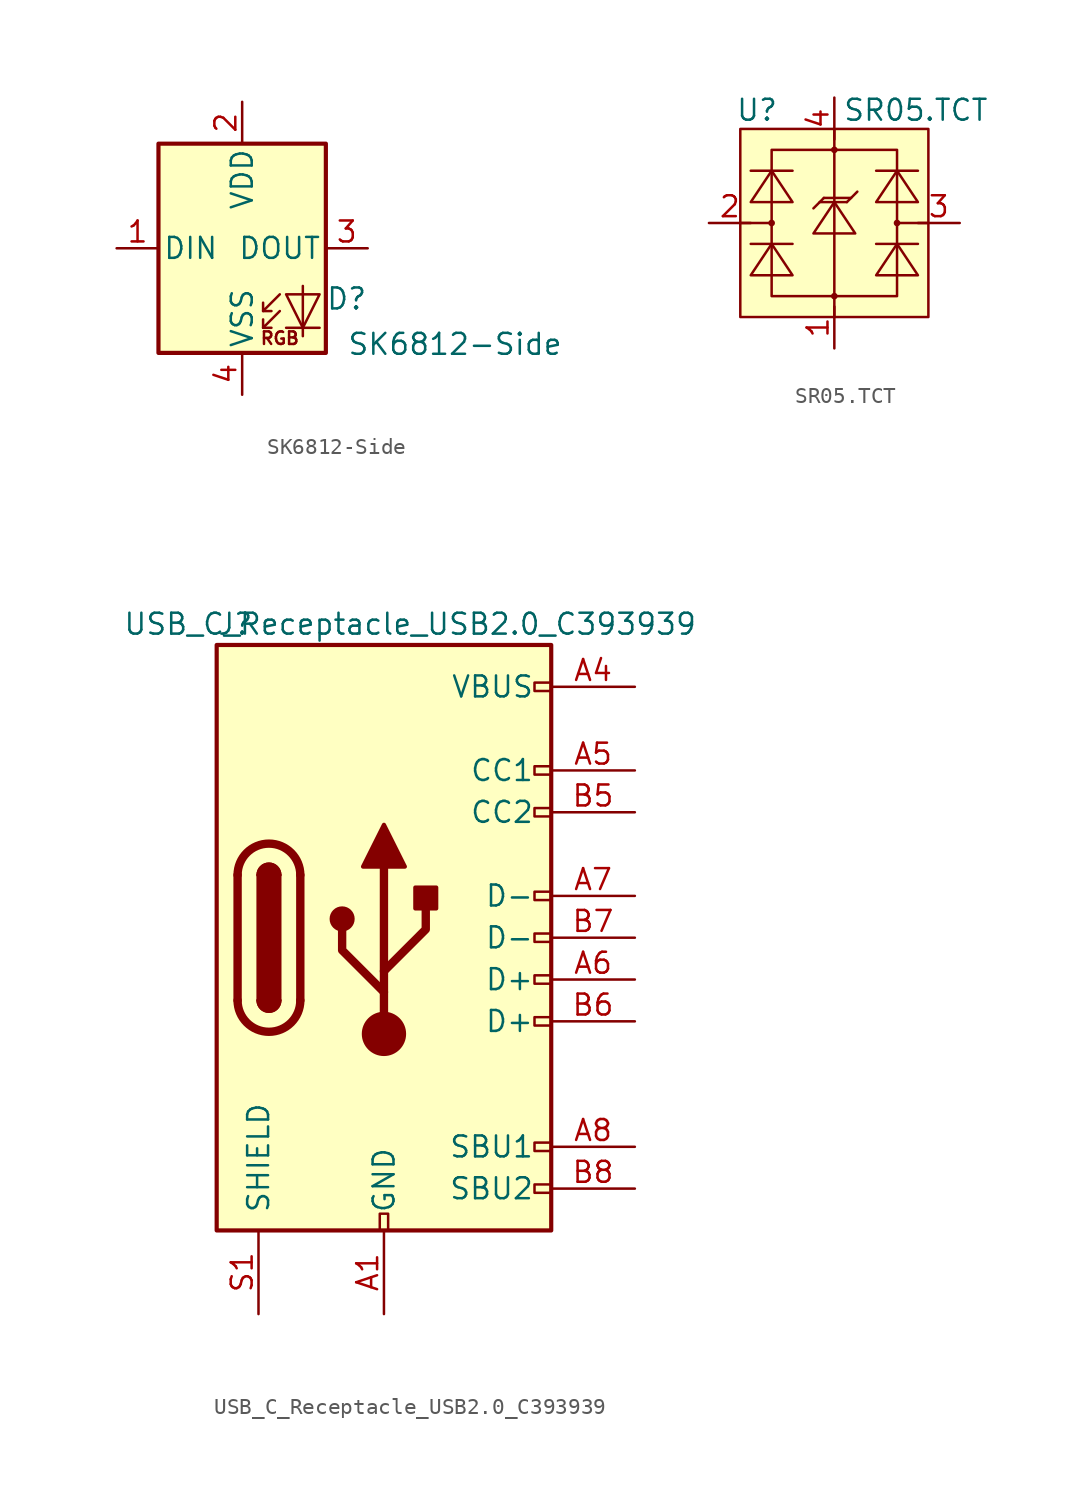
<source format=kicad_sym>
(kicad_symbol_lib
  (version 20211014)
  (generator kicad_symbol_editor)
  (symbol "SK6812-Side"
    (pin_names
      (offset 0.254))
    (property "Reference" "D"
      (at 7.62 -3.81 0)
      (effects (font (size 1.27 1.27)) (justify right bottom)))
    (property "Value" "SK6812-Side"
      (at 6.35 -5.08 0)
      (effects (font (size 1.27 1.27)) (justify left top)))
    (symbol "SK6812-Side_0_0"
      (text "RGB" (at 2.286 -5.461 0) (effects (font (size 0.762 0.762)))))
    (symbol "SK6812-Side_0_1"
      (polyline (pts (xy 1.27 -4.826) (xy 1.778 -4.826)) (stroke (width 0) (type default) (color 0 0 0 0)) (fill (type none)))
      (polyline (pts (xy 1.27 -3.81) (xy 1.778 -3.81)) (stroke (width 0) (type default) (color 0 0 0 0)) (fill (type none)))
      (polyline (pts (xy 4.699 -4.826) (xy 2.667 -4.826)) (stroke (width 0) (type default) (color 0 0 0 0)) (fill (type none)))
      (polyline (pts (xy 2.286 -3.81) (xy 1.27 -4.826) (xy 1.27 -4.318)) (stroke (width 0) (type default) (color 0 0 0 0)) (fill (type none)))
      (polyline (pts (xy 2.286 -2.794) (xy 1.27 -3.81) (xy 1.27 -3.302)) (stroke (width 0) (type default) (color 0 0 0 0)) (fill (type none)))
      (polyline (pts (xy 3.683 -2.286) (xy 3.683 -4.826) (xy 3.683 -5.334)) (stroke (width 0) (type default) (color 0 0 0 0)) (fill (type none)))
      (polyline (pts (xy 4.699 -2.794) (xy 2.667 -2.794) (xy 3.683 -4.826) (xy 4.699 -2.794)) (stroke (width 0) (type default) (color 0 0 0 0)) (fill (type none)))
      (rectangle (start 5.08 6.35) (end -5.08 -6.35) (stroke (width 0.254) (type default) (color 0 0 0 0)) (fill (type background))))
    (symbol "SK6812-Side_1_1"
      (pin input line (at -7.62 0 0) (length 2.54) (name "DIN" (effects (font (size 1.27 1.27)))) (number "1" (effects (font (size 1.27 1.27)))))
      (pin power_in line (at 0 8.89 270) (length 2.54) (name "VDD" (effects (font (size 1.27 1.27)))) (number "2" (effects (font (size 1.27 1.27)))))
      (pin output line (at 7.62 0 180) (length 2.54) (name "DOUT" (effects (font (size 1.27 1.27)))) (number "3" (effects (font (size 1.27 1.27)))))
      (pin power_in line (at 0 -8.89 90) (length 2.54) (name "VSS" (effects (font (size 1.27 1.27)))) (number "4" (effects (font (size 1.27 1.27)))))))
  (symbol "SR05.TCT"
    (pin_names
      (offset 1.016))
    (property "Reference" "U"
      (at -4.699 6.858 0)
      (effects (font (size 1.27 1.27))))
    (property "Value" "SR05.TCT"
      (at 4.953 6.858 0)
      (effects (font (size 1.27 1.27))))
    (symbol "SR05.TCT_0_1"
      (rectangle (start -3.81 -4.445) (end 3.81 4.445) (stroke (width 0) (type default) (color 0 0 0 0)) (fill (type none)))
      (circle (center -3.81 0) (radius 0.127) (stroke (width 0) (type default) (color 0 0 0 0)) (fill (type none)))
      (circle (center 0 -4.445) (radius 0.127) (stroke (width 0) (type default) (color 0 0 0 0)) (fill (type none)))
      (polyline (pts (xy -5.715 0) (xy -3.81 0)) (stroke (width 0) (type default) (color 0 0 0 0)) (fill (type none)))
      (polyline (pts (xy -5.08 -1.27) (xy -2.54 -1.27)) (stroke (width 0) (type default) (color 0 0 0 0)) (fill (type none)))
      (polyline (pts (xy -1.27 0.889) (xy -0.635 1.524)) (stroke (width 0) (type default) (color 0 0 0 0)) (fill (type none)))
      (polyline (pts (xy -0.635 1.524) (xy 1.016 1.524)) (stroke (width 0) (type default) (color 0 0 0 0)) (fill (type none)))
      (polyline (pts (xy 0 -5.715) (xy 0 5.715)) (stroke (width 0) (type default) (color 0 0 0 0)) (fill (type none)))
      (polyline (pts (xy 0.762 1.27) (xy -0.889 1.27)) (stroke (width 0) (type default) (color 0 0 0 0)) (fill (type none)))
      (polyline (pts (xy 3.81 0) (xy 5.715 0)) (stroke (width 0) (type default) (color 0 0 0 0)) (fill (type none)))
      (polyline (pts (xy -3.81 -1.27) (xy -2.54 -3.175) (xy -5.08 -3.175) (xy -3.81 -1.27)) (stroke (width 0) (type default) (color 0 0 0 0)) (fill (type none)))
      (circle (center 0 4.445) (radius 0.127) (stroke (width 0) (type default) (color 0 0 0 0)) (fill (type none)))
      (circle (center 3.81 0) (radius 0.127) (stroke (width 0) (type default) (color 0 0 0 0)) (fill (type none)))
      (rectangle (start 5.715 -5.715) (end -5.715 5.715) (stroke (width 0) (type default) (color 0 0 0 0)) (fill (type background))))
    (symbol "SR05.TCT_1_1"
      (polyline (pts (xy -5.08 3.175) (xy -2.54 3.175)) (stroke (width 0) (type default) (color 0 0 0 0)) (fill (type none)))
      (polyline (pts (xy 0.762 1.27) (xy 1.397 1.905)) (stroke (width 0) (type default) (color 0 0 0 0)) (fill (type none)))
      (polyline (pts (xy 2.54 -1.27) (xy 5.08 -1.27)) (stroke (width 0) (type default) (color 0 0 0 0)) (fill (type none)))
      (polyline (pts (xy 2.54 3.175) (xy 5.08 3.175)) (stroke (width 0) (type default) (color 0 0 0 0)) (fill (type none)))
      (polyline (pts (xy -3.81 3.175) (xy -2.54 1.27) (xy -5.08 1.27) (xy -3.81 3.175)) (stroke (width 0) (type default) (color 0 0 0 0)) (fill (type none)))
      (polyline (pts (xy 0 1.27) (xy 1.27 -0.635) (xy -1.27 -0.635) (xy 0 1.27)) (stroke (width 0) (type default) (color 0 0 0 0)) (fill (type none)))
      (polyline (pts (xy 3.81 -1.27) (xy 5.08 -3.175) (xy 2.54 -3.175) (xy 3.81 -1.27)) (stroke (width 0) (type default) (color 0 0 0 0)) (fill (type none)))
      (polyline (pts (xy 3.81 3.175) (xy 5.08 1.27) (xy 2.54 1.27) (xy 3.81 3.175)) (stroke (width 0) (type default) (color 0 0 0 0)) (fill (type none)))
      (pin input line (at 0 -7.62 90) (length 2.54) (name "GND" (effects (font (size 0 0)))) (number "1" (effects (font (size 1.27 1.27)))))
      (pin input line (at -7.62 0 0) (length 2.54) (name "CH1" (effects (font (size 0 0)))) (number "2" (effects (font (size 1.27 1.27)))))
      (pin input line (at 7.62 0 180) (length 2.54) (name "CH2" (effects (font (size 0 0)))) (number "3" (effects (font (size 1.27 1.27)))))
      (pin input line (at 0 7.62 270) (length 2.54) (name "VBUS" (effects (font (size 0 0)))) (number "4" (effects (font (size 1.27 1.27)))))))
  (symbol "USB_C_Receptacle_USB2.0_C393939"
    (pin_names
      (offset 1.016))
    (property "Reference" "J"
      (at -10.16 19.05 0)
      (effects (font (size 1.27 1.27)) (justify left)))
    (property "Value" "USB_C_Receptacle_USB2.0_C393939"
      (at 19.05 19.05 0)
      (effects (font (size 1.27 1.27)) (justify right)))
    (symbol "USB_C_Receptacle_USB2.0_C393939_0_0"
      (rectangle (start -0.254 -17.78) (end 0.254 -16.764) (stroke (width 0) (type default) (color 0 0 0 0)) (fill (type none)))
      (rectangle (start 10.16 -14.986) (end 9.144 -15.494) (stroke (width 0) (type default) (color 0 0 0 0)) (fill (type none)))
      (rectangle (start 10.16 -12.446) (end 9.144 -12.954) (stroke (width 0) (type default) (color 0 0 0 0)) (fill (type none)))
      (rectangle (start 10.16 -4.826) (end 9.144 -5.334) (stroke (width 0) (type default) (color 0 0 0 0)) (fill (type none)))
      (rectangle (start 10.16 -2.286) (end 9.144 -2.794) (stroke (width 0) (type default) (color 0 0 0 0)) (fill (type none)))
      (rectangle (start 10.16 0.254) (end 9.144 -0.254) (stroke (width 0) (type default) (color 0 0 0 0)) (fill (type none)))
      (rectangle (start 10.16 2.794) (end 9.144 2.286) (stroke (width 0) (type default) (color 0 0 0 0)) (fill (type none)))
      (rectangle (start 10.16 7.874) (end 9.144 7.366) (stroke (width 0) (type default) (color 0 0 0 0)) (fill (type none)))
      (rectangle (start 10.16 10.414) (end 9.144 9.906) (stroke (width 0) (type default) (color 0 0 0 0)) (fill (type none)))
      (rectangle (start 10.16 15.494) (end 9.144 14.986) (stroke (width 0) (type default) (color 0 0 0 0)) (fill (type none))))
    (symbol "USB_C_Receptacle_USB2.0_C393939_0_1"
      (rectangle (start -10.16 17.78) (end 10.16 -17.78) (stroke (width 0.254) (type default) (color 0 0 0 0)) (fill (type background)))
      (arc (start -8.89 -3.81) (mid -6.985 -5.715) (end -5.08 -3.81) (stroke (width 0.508) (type default) (color 0 0 0 0)) (fill (type none)))
      (arc (start -7.62 -3.81) (mid -6.985 -4.445) (end -6.35 -3.81) (stroke (width 0.254) (type default) (color 0 0 0 0)) (fill (type none)))
      (arc (start -7.62 -3.81) (mid -6.985 -4.445) (end -6.35 -3.81) (stroke (width 0.254) (type default) (color 0 0 0 0)) (fill (type outline)))
      (rectangle (start -7.62 -3.81) (end -6.35 3.81) (stroke (width 0.254) (type default) (color 0 0 0 0)) (fill (type outline)))
      (arc (start -6.35 3.81) (mid -6.985 4.445) (end -7.62 3.81) (stroke (width 0.254) (type default) (color 0 0 0 0)) (fill (type none)))
      (arc (start -6.35 3.81) (mid -6.985 4.445) (end -7.62 3.81) (stroke (width 0.254) (type default) (color 0 0 0 0)) (fill (type outline)))
      (arc (start -5.08 3.81) (mid -6.985 5.715) (end -8.89 3.81) (stroke (width 0.508) (type default) (color 0 0 0 0)) (fill (type none)))
      (circle (center -2.54 1.143) (radius 0.635) (stroke (width 0.254) (type default) (color 0 0 0 0)) (fill (type outline)))
      (circle (center 0 -5.842) (radius 1.27) (stroke (width 0) (type default) (color 0 0 0 0)) (fill (type outline)))
      (polyline (pts (xy -8.89 -3.81) (xy -8.89 3.81)) (stroke (width 0.508) (type default) (color 0 0 0 0)) (fill (type none)))
      (polyline (pts (xy -5.08 3.81) (xy -5.08 -3.81)) (stroke (width 0.508) (type default) (color 0 0 0 0)) (fill (type none)))
      (polyline (pts (xy 0 -5.842) (xy 0 4.318)) (stroke (width 0.508) (type default) (color 0 0 0 0)) (fill (type none)))
      (polyline (pts (xy 0 -3.302) (xy -2.54 -0.762) (xy -2.54 0.508)) (stroke (width 0.508) (type default) (color 0 0 0 0)) (fill (type none)))
      (polyline (pts (xy 0 -2.032) (xy 2.54 0.508) (xy 2.54 1.778)) (stroke (width 0.508) (type default) (color 0 0 0 0)) (fill (type none)))
      (polyline (pts (xy -1.27 4.318) (xy 0 6.858) (xy 1.27 4.318) (xy -1.27 4.318)) (stroke (width 0.254) (type default) (color 0 0 0 0)) (fill (type outline)))
      (rectangle (start 1.905 1.778) (end 3.175 3.048) (stroke (width 0.254) (type default) (color 0 0 0 0)) (fill (type outline))))
    (symbol "USB_C_Receptacle_USB2.0_C393939_1_1"
      (pin passive line (at 0 -22.86 90) (length 5.08) (name "GND" (effects (font (size 1.27 1.27)))) (number "A1" (effects (font (size 1.27 1.27)))))
      (pin passive line (at 0 -22.86 90) (length 5.08) hide (name "GND" (effects (font (size 1.27 1.27)))) (number "A12" (effects (font (size 1.27 1.27)))))
      (pin passive line (at 15.24 15.24 180) (length 5.08) (name "VBUS" (effects (font (size 1.27 1.27)))) (number "A4" (effects (font (size 1.27 1.27)))))
      (pin bidirectional line (at 15.24 10.16 180) (length 5.08) (name "CC1" (effects (font (size 1.27 1.27)))) (number "A5" (effects (font (size 1.27 1.27)))))
      (pin bidirectional line (at 15.24 -2.54 180) (length 5.08) (name "D+" (effects (font (size 1.27 1.27)))) (number "A6" (effects (font (size 1.27 1.27)))))
      (pin bidirectional line (at 15.24 2.54 180) (length 5.08) (name "D-" (effects (font (size 1.27 1.27)))) (number "A7" (effects (font (size 1.27 1.27)))))
      (pin bidirectional line (at 15.24 -12.7 180) (length 5.08) (name "SBU1" (effects (font (size 1.27 1.27)))) (number "A8" (effects (font (size 1.27 1.27)))))
      (pin passive line (at 15.24 15.24 180) (length 5.08) hide (name "VBUS" (effects (font (size 1.27 1.27)))) (number "A9" (effects (font (size 1.27 1.27)))))
      (pin passive line (at 0 -22.86 90) (length 5.08) hide (name "GND" (effects (font (size 1.27 1.27)))) (number "B1" (effects (font (size 1.27 1.27)))))
      (pin passive line (at 0 -22.86 90) (length 5.08) hide (name "GND" (effects (font (size 1.27 1.27)))) (number "B12" (effects (font (size 1.27 1.27)))))
      (pin passive line (at 15.24 15.24 180) (length 5.08) hide (name "VBUS" (effects (font (size 1.27 1.27)))) (number "B4" (effects (font (size 1.27 1.27)))))
      (pin bidirectional line (at 15.24 7.62 180) (length 5.08) (name "CC2" (effects (font (size 1.27 1.27)))) (number "B5" (effects (font (size 1.27 1.27)))))
      (pin bidirectional line (at 15.24 -5.08 180) (length 5.08) (name "D+" (effects (font (size 1.27 1.27)))) (number "B6" (effects (font (size 1.27 1.27)))))
      (pin bidirectional line (at 15.24 0 180) (length 5.08) (name "D-" (effects (font (size 1.27 1.27)))) (number "B7" (effects (font (size 1.27 1.27)))))
      (pin bidirectional line (at 15.24 -15.24 180) (length 5.08) (name "SBU2" (effects (font (size 1.27 1.27)))) (number "B8" (effects (font (size 1.27 1.27)))))
      (pin passive line (at 15.24 15.24 180) (length 5.08) hide (name "VBUS" (effects (font (size 1.27 1.27)))) (number "B9" (effects (font (size 1.27 1.27)))))
      (pin passive line (at -7.62 -22.86 90) (length 5.08) (name "SHIELD" (effects (font (size 1.27 1.27)))) (number "S1" (effects (font (size 1.27 1.27))))))))
</source>
